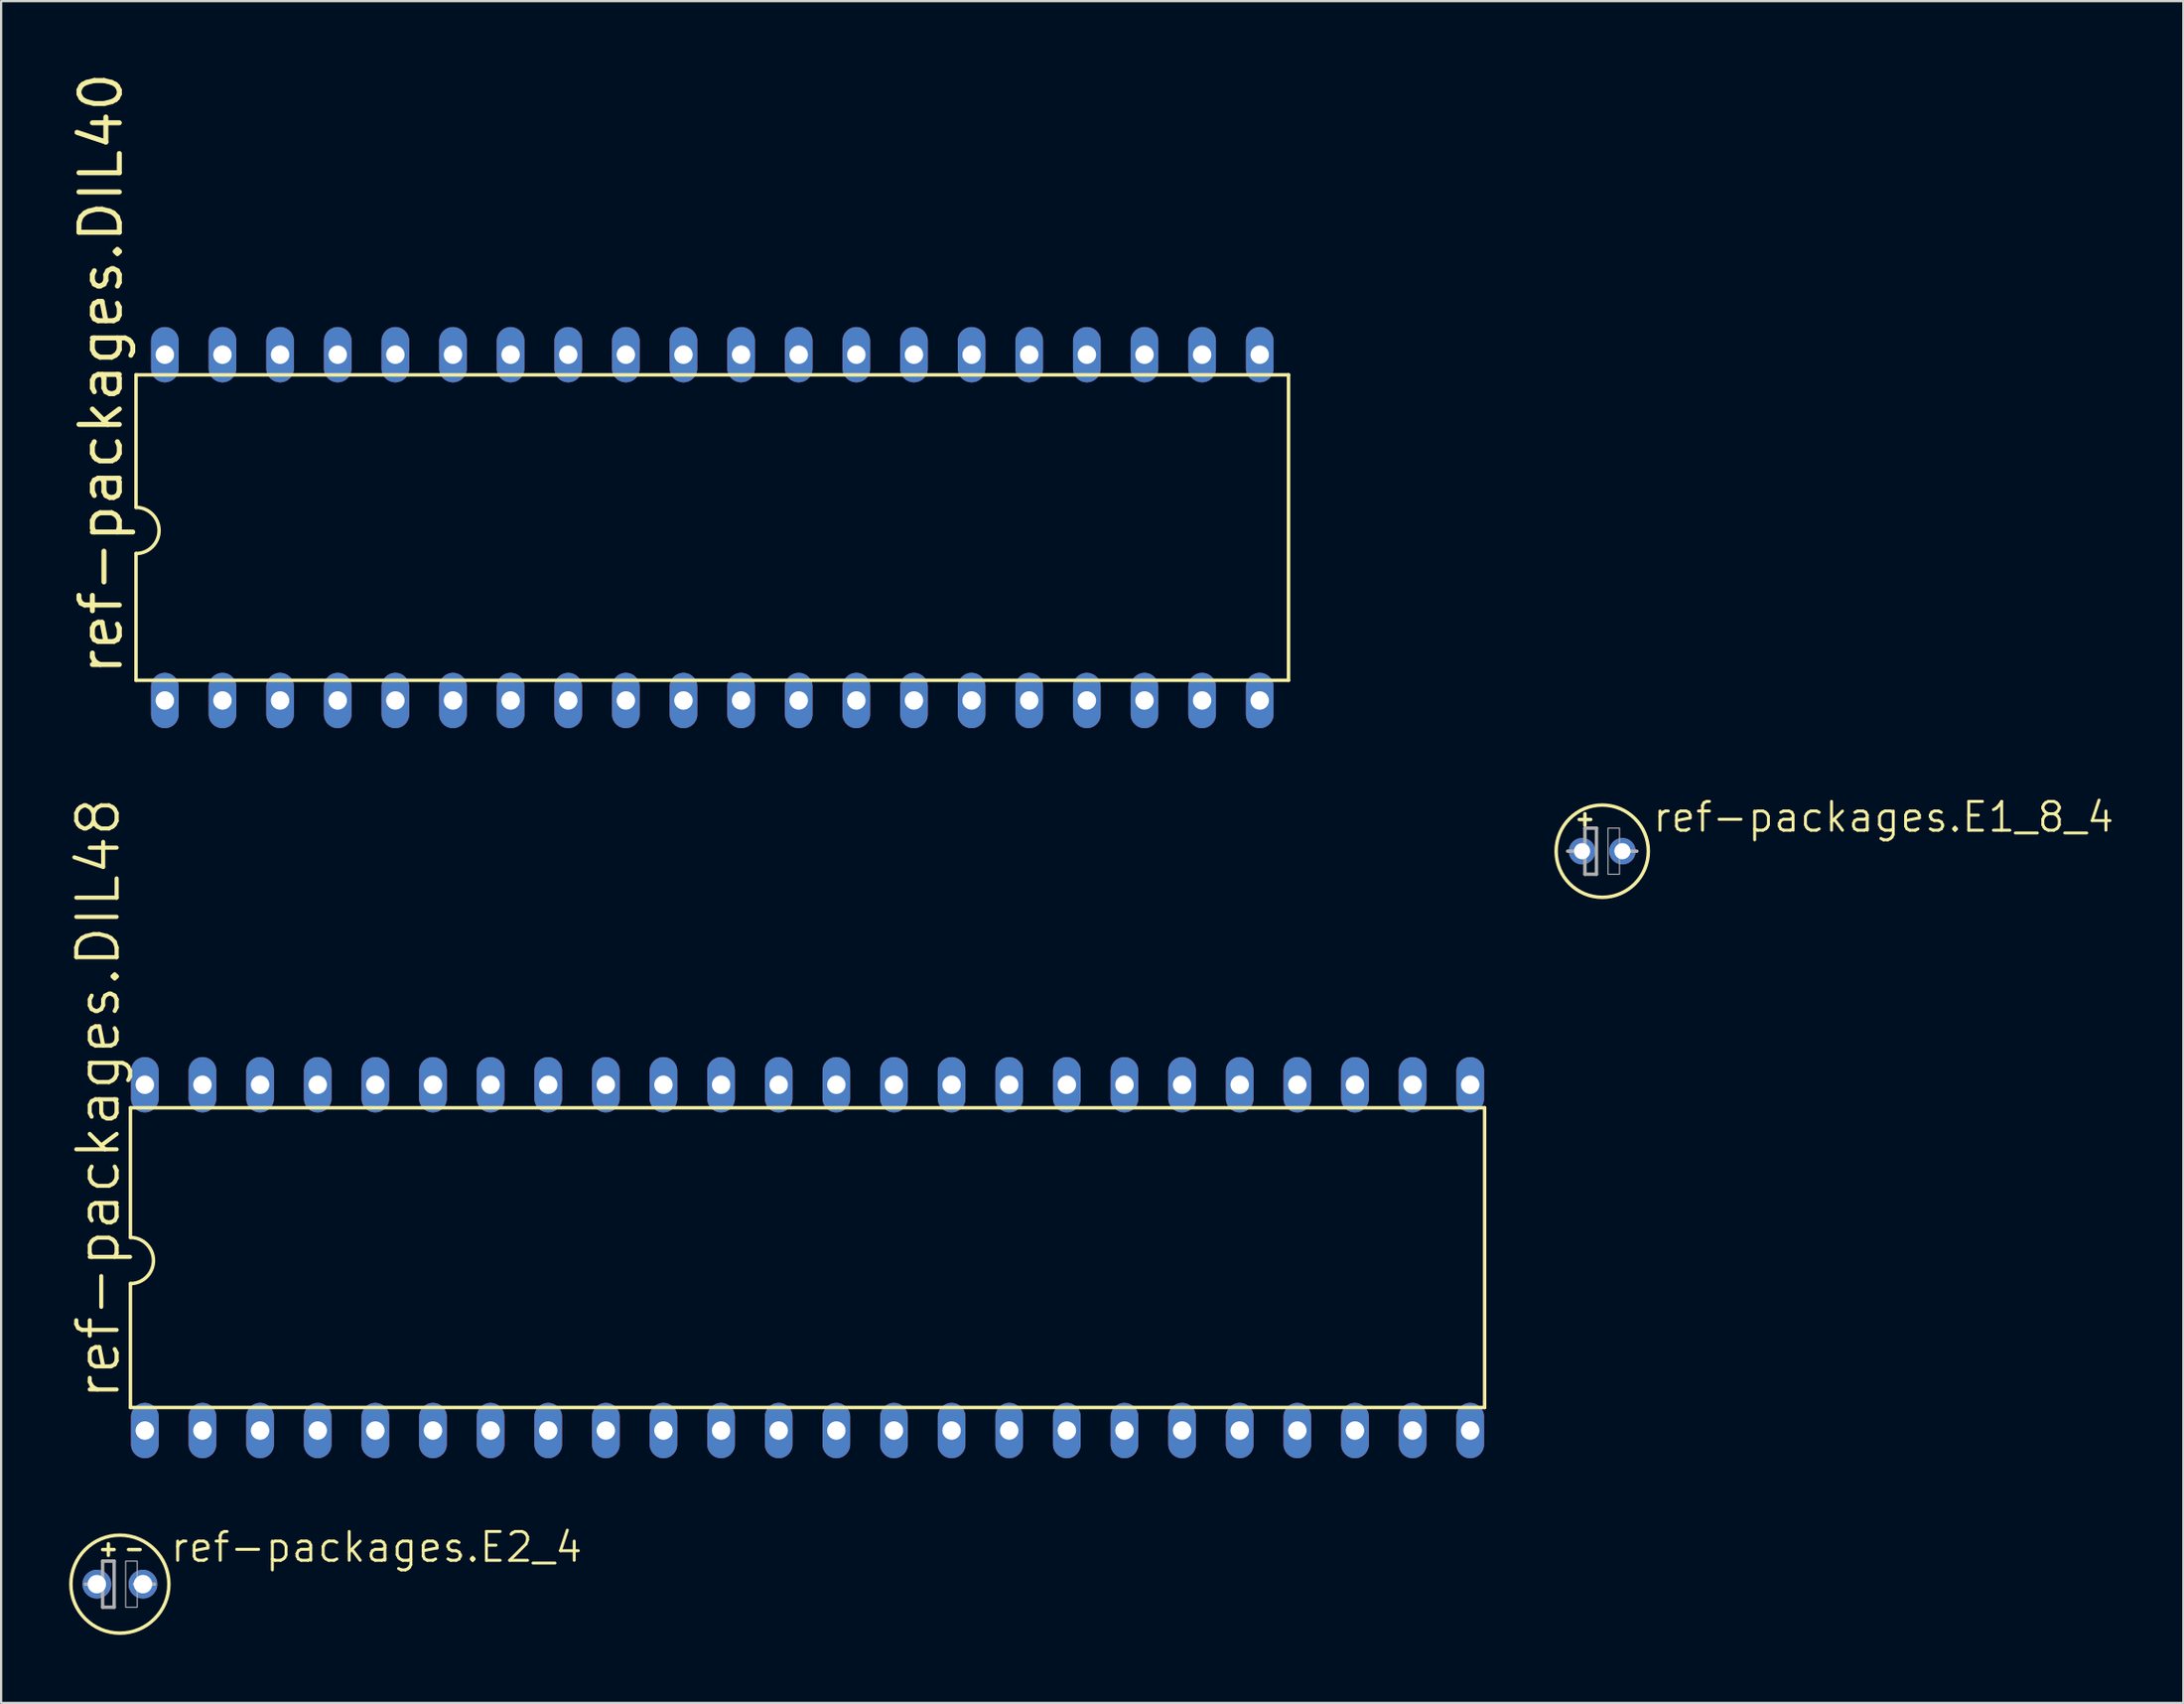
<source format=kicad_pcb>
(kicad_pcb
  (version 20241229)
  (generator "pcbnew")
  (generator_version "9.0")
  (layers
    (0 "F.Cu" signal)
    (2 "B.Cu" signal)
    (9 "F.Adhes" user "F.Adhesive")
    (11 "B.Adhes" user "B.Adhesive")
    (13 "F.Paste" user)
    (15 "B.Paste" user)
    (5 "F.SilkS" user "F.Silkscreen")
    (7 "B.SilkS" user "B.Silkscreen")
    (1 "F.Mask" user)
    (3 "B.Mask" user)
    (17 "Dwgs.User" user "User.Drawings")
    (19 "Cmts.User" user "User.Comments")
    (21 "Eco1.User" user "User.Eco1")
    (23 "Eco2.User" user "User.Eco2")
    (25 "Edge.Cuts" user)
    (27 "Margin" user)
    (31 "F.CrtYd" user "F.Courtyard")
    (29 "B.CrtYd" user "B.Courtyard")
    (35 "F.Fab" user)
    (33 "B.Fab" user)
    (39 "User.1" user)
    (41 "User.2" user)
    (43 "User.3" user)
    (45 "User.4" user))
  (footprint "ref-packages.E2_4"
    (layer "F.Cu")
    (at 2.235 66.764)
    (property "Reference" "ref-packages.E2_4" (at 2.159 -0.889 0) (layer "F.SilkS") (effects (font (size 1.27 1.27) (thickness 0.13)) (justify left bottom)))
    (attr through_hole)
    (fp_line (start -0.762 -1.524) (end -0.254 -1.524) (stroke (width 0.152) (type default)) (layer "F.SilkS"))
    (fp_line (start -0.508 -1.27) (end -0.508 -1.778) (stroke (width 0.152) (type default)) (layer "F.SilkS"))
    (fp_line (start 0.381 -1.524) (end 0.889 -1.524) (stroke (width 0.152) (type default)) (layer "F.SilkS"))
    (fp_circle (center 0 0) (end 2.159 0) (stroke (width 0.152) (type default)) (fill no) (layer "F.SilkS"))
    (fp_line (start -1.524 0) (end -0.762 0) (stroke (width 0.152) (type default)) (layer "F.Fab"))
    (fp_line (start -0.762 -1.016) (end -0.762 0) (stroke (width 0.152) (type default)) (layer "F.Fab"))
    (fp_line (start -0.762 0) (end -0.762 1.016) (stroke (width 0.152) (type default)) (layer "F.Fab"))
    (fp_line (start -0.762 1.016) (end -0.254 1.016) (stroke (width 0.152) (type default)) (layer "F.Fab"))
    (fp_line (start -0.254 -1.016) (end -0.762 -1.016) (stroke (width 0.152) (type default)) (layer "F.Fab"))
    (fp_line (start -0.254 1.016) (end -0.254 -1.016) (stroke (width 0.152) (type default)) (layer "F.Fab"))
    (fp_line (start 0.635 0) (end 1.524 0) (stroke (width 0.152) (type default)) (layer "F.Fab"))
    (fp_rect (start 0.254 1.016) (end 0.762 -1.016) (stroke (width 0.05) (type default)) (fill no) (layer "F.Fab"))
    (pad "+" thru_hole circle (at -1.016 0) (size 1.27 1.27) (drill 0.813) (layers "*.Cu" "*.Mask"))
    (pad "-" thru_hole circle (at 1.016 0) (size 1.27 1.27) (drill 0.813) (layers "*.Cu" "*.Mask")))
  (footprint "ref-packages.DIL48"
    (layer "F.Cu")
    (at 32.544 52.375)
    (property "Reference" "ref-packages.DIL48" (at -30.226 6.35 90) (layer "F.SilkS") (effects (font (size 1.778 1.778) (thickness 0.18)) (justify left bottom)))
    (attr through_hole)
    (fp_line (start -29.845 -6.604) (end -29.845 -0.889) (stroke (width 0.152) (type default)) (layer "F.SilkS"))
    (fp_line (start -29.845 6.604) (end -29.845 1.143) (stroke (width 0.152) (type default)) (layer "F.SilkS"))
    (fp_line (start -29.845 6.604) (end 29.845 6.604) (stroke (width 0.152) (type default)) (layer "F.SilkS"))
    (fp_line (start 29.845 -6.604) (end -29.845 -6.604) (stroke (width 0.152) (type default)) (layer "F.SilkS"))
    (fp_line (start 29.845 6.604) (end 29.845 -6.604) (stroke (width 0.152) (type default)) (layer "F.SilkS"))
    (fp_arc (start -29.845 -0.889) (mid -28.829 0.127) (end -29.845 1.143) (stroke (width 0.1524) (type default)) (layer "F.SilkS"))
    (pad "1" thru_hole oval (at -29.21 7.62 90) (size 2.438 1.219) (drill 0.813) (layers "*.Cu" "*.Mask"))
    (pad "2" thru_hole oval (at -26.67 7.62 90) (size 2.438 1.219) (drill 0.813) (layers "*.Cu" "*.Mask"))
    (pad "3" thru_hole oval (at -24.13 7.62 90) (size 2.438 1.219) (drill 0.813) (layers "*.Cu" "*.Mask"))
    (pad "4" thru_hole oval (at -21.59 7.62 90) (size 2.438 1.219) (drill 0.813) (layers "*.Cu" "*.Mask"))
    (pad "5" thru_hole oval (at -19.05 7.62 90) (size 2.438 1.219) (drill 0.813) (layers "*.Cu" "*.Mask"))
    (pad "6" thru_hole oval (at -16.51 7.62 90) (size 2.438 1.219) (drill 0.813) (layers "*.Cu" "*.Mask"))
    (pad "7" thru_hole oval (at -13.97 7.62 90) (size 2.438 1.219) (drill 0.813) (layers "*.Cu" "*.Mask"))
    (pad "8" thru_hole oval (at -11.43 7.62 90) (size 2.438 1.219) (drill 0.813) (layers "*.Cu" "*.Mask"))
    (pad "9" thru_hole oval (at -8.89 7.62 90) (size 2.438 1.219) (drill 0.813) (layers "*.Cu" "*.Mask"))
    (pad "10" thru_hole oval (at -6.35 7.62 90) (size 2.438 1.219) (drill 0.813) (layers "*.Cu" "*.Mask"))
    (pad "11" thru_hole oval (at -3.81 7.62 90) (size 2.438 1.219) (drill 0.813) (layers "*.Cu" "*.Mask"))
    (pad "12" thru_hole oval (at -1.27 7.62 90) (size 2.438 1.219) (drill 0.813) (layers "*.Cu" "*.Mask"))
    (pad "13" thru_hole oval (at 1.27 7.62 90) (size 2.438 1.219) (drill 0.813) (layers "*.Cu" "*.Mask"))
    (pad "14" thru_hole oval (at 3.81 7.62 90) (size 2.438 1.219) (drill 0.813) (layers "*.Cu" "*.Mask"))
    (pad "15" thru_hole oval (at 6.35 7.62 90) (size 2.438 1.219) (drill 0.813) (layers "*.Cu" "*.Mask"))
    (pad "16" thru_hole oval (at 8.89 7.62 90) (size 2.438 1.219) (drill 0.813) (layers "*.Cu" "*.Mask"))
    (pad "17" thru_hole oval (at 11.43 7.62 90) (size 2.438 1.219) (drill 0.813) (layers "*.Cu" "*.Mask"))
    (pad "18" thru_hole oval (at 13.97 7.62 90) (size 2.438 1.219) (drill 0.813) (layers "*.Cu" "*.Mask"))
    (pad "19" thru_hole oval (at 16.51 7.62 90) (size 2.438 1.219) (drill 0.813) (layers "*.Cu" "*.Mask"))
    (pad "20" thru_hole oval (at 19.05 7.62 90) (size 2.438 1.219) (drill 0.813) (layers "*.Cu" "*.Mask"))
    (pad "21" thru_hole oval (at 21.59 7.62 90) (size 2.438 1.219) (drill 0.813) (layers "*.Cu" "*.Mask"))
    (pad "22" thru_hole oval (at 24.13 7.62 90) (size 2.438 1.219) (drill 0.813) (layers "*.Cu" "*.Mask"))
    (pad "23" thru_hole oval (at 26.67 7.62 90) (size 2.438 1.219) (drill 0.813) (layers "*.Cu" "*.Mask"))
    (pad "24" thru_hole oval (at 29.21 7.62 90) (size 2.438 1.219) (drill 0.813) (layers "*.Cu" "*.Mask"))
    (pad "25" thru_hole oval (at 29.21 -7.62 90) (size 2.438 1.219) (drill 0.813) (layers "*.Cu" "*.Mask"))
    (pad "26" thru_hole oval (at 26.67 -7.62 90) (size 2.438 1.219) (drill 0.813) (layers "*.Cu" "*.Mask"))
    (pad "27" thru_hole oval (at 24.13 -7.62 90) (size 2.438 1.219) (drill 0.813) (layers "*.Cu" "*.Mask"))
    (pad "28" thru_hole oval (at 21.59 -7.62 90) (size 2.438 1.219) (drill 0.813) (layers "*.Cu" "*.Mask"))
    (pad "29" thru_hole oval (at 19.05 -7.62 90) (size 2.438 1.219) (drill 0.813) (layers "*.Cu" "*.Mask"))
    (pad "30" thru_hole oval (at 16.51 -7.62 90) (size 2.438 1.219) (drill 0.813) (layers "*.Cu" "*.Mask"))
    (pad "31" thru_hole oval (at 13.97 -7.62 90) (size 2.438 1.219) (drill 0.813) (layers "*.Cu" "*.Mask"))
    (pad "32" thru_hole oval (at 11.43 -7.62 90) (size 2.438 1.219) (drill 0.813) (layers "*.Cu" "*.Mask"))
    (pad "33" thru_hole oval (at 8.89 -7.62 90) (size 2.438 1.219) (drill 0.813) (layers "*.Cu" "*.Mask"))
    (pad "34" thru_hole oval (at 6.35 -7.62 90) (size 2.438 1.219) (drill 0.813) (layers "*.Cu" "*.Mask"))
    (pad "35" thru_hole oval (at 3.81 -7.62 90) (size 2.438 1.219) (drill 0.813) (layers "*.Cu" "*.Mask"))
    (pad "36" thru_hole oval (at 1.27 -7.62 90) (size 2.438 1.219) (drill 0.813) (layers "*.Cu" "*.Mask"))
    (pad "37" thru_hole oval (at -1.27 -7.62 90) (size 2.438 1.219) (drill 0.813) (layers "*.Cu" "*.Mask"))
    (pad "38" thru_hole oval (at -3.81 -7.62 90) (size 2.438 1.219) (drill 0.813) (layers "*.Cu" "*.Mask"))
    (pad "39" thru_hole oval (at -6.35 -7.62 90) (size 2.438 1.219) (drill 0.813) (layers "*.Cu" "*.Mask"))
    (pad "40" thru_hole oval (at -8.89 -7.62 90) (size 2.438 1.219) (drill 0.813) (layers "*.Cu" "*.Mask"))
    (pad "41" thru_hole oval (at -11.43 -7.62 90) (size 2.438 1.219) (drill 0.813) (layers "*.Cu" "*.Mask"))
    (pad "42" thru_hole oval (at -13.97 -7.62 90) (size 2.438 1.219) (drill 0.813) (layers "*.Cu" "*.Mask"))
    (pad "43" thru_hole oval (at -16.51 -7.62 90) (size 2.438 1.219) (drill 0.813) (layers "*.Cu" "*.Mask"))
    (pad "44" thru_hole oval (at -19.05 -7.62 90) (size 2.438 1.219) (drill 0.813) (layers "*.Cu" "*.Mask"))
    (pad "45" thru_hole oval (at -21.59 -7.62 90) (size 2.438 1.219) (drill 0.813) (layers "*.Cu" "*.Mask"))
    (pad "46" thru_hole oval (at -24.13 -7.62 90) (size 2.438 1.219) (drill 0.813) (layers "*.Cu" "*.Mask"))
    (pad "47" thru_hole oval (at -26.67 -7.62 90) (size 2.438 1.219) (drill 0.813) (layers "*.Cu" "*.Mask"))
    (pad "48" thru_hole oval (at -29.21 -7.62 90) (size 2.438 1.219) (drill 0.813) (layers "*.Cu" "*.Mask")))
  (footprint "ref-packages.DIL40"
    (layer "F.Cu")
    (at 28.346 20.201)
    (property "Reference" "ref-packages.DIL40" (at -25.908 6.604 90) (layer "F.SilkS") (effects (font (size 1.778 1.778) (thickness 0.22)) (justify left bottom)))
    (attr through_hole)
    (fp_line (start -25.4 -6.731) (end -25.4 -0.889) (stroke (width 0.152) (type default)) (layer "F.SilkS"))
    (fp_line (start -25.4 6.731) (end -25.4 1.143) (stroke (width 0.152) (type default)) (layer "F.SilkS"))
    (fp_line (start -25.4 6.731) (end 25.4 6.731) (stroke (width 0.152) (type default)) (layer "F.SilkS"))
    (fp_line (start 25.4 -6.731) (end -25.4 -6.731) (stroke (width 0.152) (type default)) (layer "F.SilkS"))
    (fp_line (start 25.4 -6.731) (end 25.4 6.731) (stroke (width 0.152) (type default)) (layer "F.SilkS"))
    (fp_arc (start -25.4 -0.889) (mid -24.384 0.127) (end -25.4 1.143) (stroke (width 0.1524) (type default)) (layer "F.SilkS"))
    (pad "1" thru_hole oval (at -24.13 7.62 90) (size 2.438 1.219) (drill 0.813) (layers "*.Cu" "*.Mask"))
    (pad "2" thru_hole oval (at -21.59 7.62 90) (size 2.438 1.219) (drill 0.813) (layers "*.Cu" "*.Mask"))
    (pad "3" thru_hole oval (at -19.05 7.62 90) (size 2.438 1.219) (drill 0.813) (layers "*.Cu" "*.Mask"))
    (pad "4" thru_hole oval (at -16.51 7.62 90) (size 2.438 1.219) (drill 0.813) (layers "*.Cu" "*.Mask"))
    (pad "5" thru_hole oval (at -13.97 7.62 90) (size 2.438 1.219) (drill 0.813) (layers "*.Cu" "*.Mask"))
    (pad "6" thru_hole oval (at -11.43 7.62 90) (size 2.438 1.219) (drill 0.813) (layers "*.Cu" "*.Mask"))
    (pad "7" thru_hole oval (at -8.89 7.62 90) (size 2.438 1.219) (drill 0.813) (layers "*.Cu" "*.Mask"))
    (pad "8" thru_hole oval (at -6.35 7.62 90) (size 2.438 1.219) (drill 0.813) (layers "*.Cu" "*.Mask"))
    (pad "9" thru_hole oval (at -3.81 7.62 90) (size 2.438 1.219) (drill 0.813) (layers "*.Cu" "*.Mask"))
    (pad "10" thru_hole oval (at -1.27 7.62 90) (size 2.438 1.219) (drill 0.813) (layers "*.Cu" "*.Mask"))
    (pad "11" thru_hole oval (at 1.27 7.62 90) (size 2.438 1.219) (drill 0.813) (layers "*.Cu" "*.Mask"))
    (pad "12" thru_hole oval (at 3.81 7.62 90) (size 2.438 1.219) (drill 0.813) (layers "*.Cu" "*.Mask"))
    (pad "13" thru_hole oval (at 6.35 7.62 90) (size 2.438 1.219) (drill 0.813) (layers "*.Cu" "*.Mask"))
    (pad "14" thru_hole oval (at 8.89 7.62 90) (size 2.438 1.219) (drill 0.813) (layers "*.Cu" "*.Mask"))
    (pad "15" thru_hole oval (at 11.43 7.62 90) (size 2.438 1.219) (drill 0.813) (layers "*.Cu" "*.Mask"))
    (pad "16" thru_hole oval (at 13.97 7.62 90) (size 2.438 1.219) (drill 0.813) (layers "*.Cu" "*.Mask"))
    (pad "17" thru_hole oval (at 16.51 7.62 90) (size 2.438 1.219) (drill 0.813) (layers "*.Cu" "*.Mask"))
    (pad "18" thru_hole oval (at 19.05 7.62 90) (size 2.438 1.219) (drill 0.813) (layers "*.Cu" "*.Mask"))
    (pad "19" thru_hole oval (at 21.59 7.62 90) (size 2.438 1.219) (drill 0.813) (layers "*.Cu" "*.Mask"))
    (pad "20" thru_hole oval (at 24.13 7.62 90) (size 2.438 1.219) (drill 0.813) (layers "*.Cu" "*.Mask"))
    (pad "21" thru_hole oval (at 24.13 -7.62 90) (size 2.438 1.219) (drill 0.813) (layers "*.Cu" "*.Mask"))
    (pad "22" thru_hole oval (at 21.59 -7.62 90) (size 2.438 1.219) (drill 0.813) (layers "*.Cu" "*.Mask"))
    (pad "23" thru_hole oval (at 19.05 -7.62 90) (size 2.438 1.219) (drill 0.813) (layers "*.Cu" "*.Mask"))
    (pad "24" thru_hole oval (at 16.51 -7.62 90) (size 2.438 1.219) (drill 0.813) (layers "*.Cu" "*.Mask"))
    (pad "25" thru_hole oval (at 13.97 -7.62 90) (size 2.438 1.219) (drill 0.813) (layers "*.Cu" "*.Mask"))
    (pad "26" thru_hole oval (at 11.43 -7.62 90) (size 2.438 1.219) (drill 0.813) (layers "*.Cu" "*.Mask"))
    (pad "27" thru_hole oval (at 8.89 -7.62 90) (size 2.438 1.219) (drill 0.813) (layers "*.Cu" "*.Mask"))
    (pad "28" thru_hole oval (at 6.35 -7.62 90) (size 2.438 1.219) (drill 0.813) (layers "*.Cu" "*.Mask"))
    (pad "29" thru_hole oval (at 3.81 -7.62 90) (size 2.438 1.219) (drill 0.813) (layers "*.Cu" "*.Mask"))
    (pad "30" thru_hole oval (at 1.27 -7.62 90) (size 2.438 1.219) (drill 0.813) (layers "*.Cu" "*.Mask"))
    (pad "31" thru_hole oval (at -1.27 -7.62 90) (size 2.438 1.219) (drill 0.813) (layers "*.Cu" "*.Mask"))
    (pad "32" thru_hole oval (at -3.81 -7.62 90) (size 2.438 1.219) (drill 0.813) (layers "*.Cu" "*.Mask"))
    (pad "33" thru_hole oval (at -6.35 -7.62 90) (size 2.438 1.219) (drill 0.813) (layers "*.Cu" "*.Mask"))
    (pad "34" thru_hole oval (at -8.89 -7.62 90) (size 2.438 1.219) (drill 0.813) (layers "*.Cu" "*.Mask"))
    (pad "35" thru_hole oval (at -11.43 -7.62 90) (size 2.438 1.219) (drill 0.813) (layers "*.Cu" "*.Mask"))
    (pad "36" thru_hole oval (at -13.97 -7.62 90) (size 2.438 1.219) (drill 0.813) (layers "*.Cu" "*.Mask"))
    (pad "37" thru_hole oval (at -16.51 -7.62 90) (size 2.438 1.219) (drill 0.813) (layers "*.Cu" "*.Mask"))
    (pad "38" thru_hole oval (at -19.05 -7.62 90) (size 2.438 1.219) (drill 0.813) (layers "*.Cu" "*.Mask"))
    (pad "39" thru_hole oval (at -21.59 -7.62 90) (size 2.438 1.219) (drill 0.813) (layers "*.Cu" "*.Mask"))
    (pad "40" thru_hole oval (at -24.13 -7.62 90) (size 2.438 1.219) (drill 0.813) (layers "*.Cu" "*.Mask")))
  (footprint "ref-packages.E1_8_4"
    (layer "F.Cu")
    (at 67.573 34.462)
    (property "Reference" "ref-packages.E1_8_4" (at 2.159 -0.762 0) (layer "F.SilkS") (effects (font (size 1.27 1.27) (thickness 0.13)) (justify left bottom)))
    (attr through_hole)
    (fp_line (start -1.016 -1.397) (end -0.508 -1.397) (stroke (width 0.152) (type default)) (layer "F.SilkS"))
    (fp_line (start -0.762 -1.143) (end -0.762 -1.651) (stroke (width 0.152) (type default)) (layer "F.SilkS"))
    (fp_circle (center 0 0) (end 2.032 0) (stroke (width 0.152) (type default)) (fill no) (layer "F.SilkS"))
    (fp_line (start -1.524 0) (end -0.762 0) (stroke (width 0.152) (type default)) (layer "F.Fab"))
    (fp_line (start -0.762 -1.016) (end -0.762 0) (stroke (width 0.152) (type default)) (layer "F.Fab"))
    (fp_line (start -0.762 0) (end -0.762 1.016) (stroke (width 0.152) (type default)) (layer "F.Fab"))
    (fp_line (start -0.762 1.016) (end -0.254 1.016) (stroke (width 0.152) (type default)) (layer "F.Fab"))
    (fp_line (start -0.254 -1.016) (end -0.762 -1.016) (stroke (width 0.152) (type default)) (layer "F.Fab"))
    (fp_line (start -0.254 1.016) (end -0.254 -1.016) (stroke (width 0.152) (type default)) (layer "F.Fab"))
    (fp_line (start 0.635 0) (end 1.524 0) (stroke (width 0.152) (type default)) (layer "F.Fab"))
    (fp_rect (start 0.254 1.016) (end 0.762 -1.016) (stroke (width 0.05) (type default)) (fill no) (layer "F.Fab"))
    (pad "+" thru_hole circle (at -0.889 0) (size 1.168 1.168) (drill 0.711) (layers "*.Cu" "*.Mask"))
    (pad "-" thru_hole circle (at 0.889 0) (size 1.168 1.168) (drill 0.711) (layers "*.Cu" "*.Mask")))
  (gr_rect
    (start -3 -3)
    (end 93.188 71.999)
    (stroke (width 0.1) (type default))
    (fill no)
    (layer "Edge.Cuts")))
</source>
